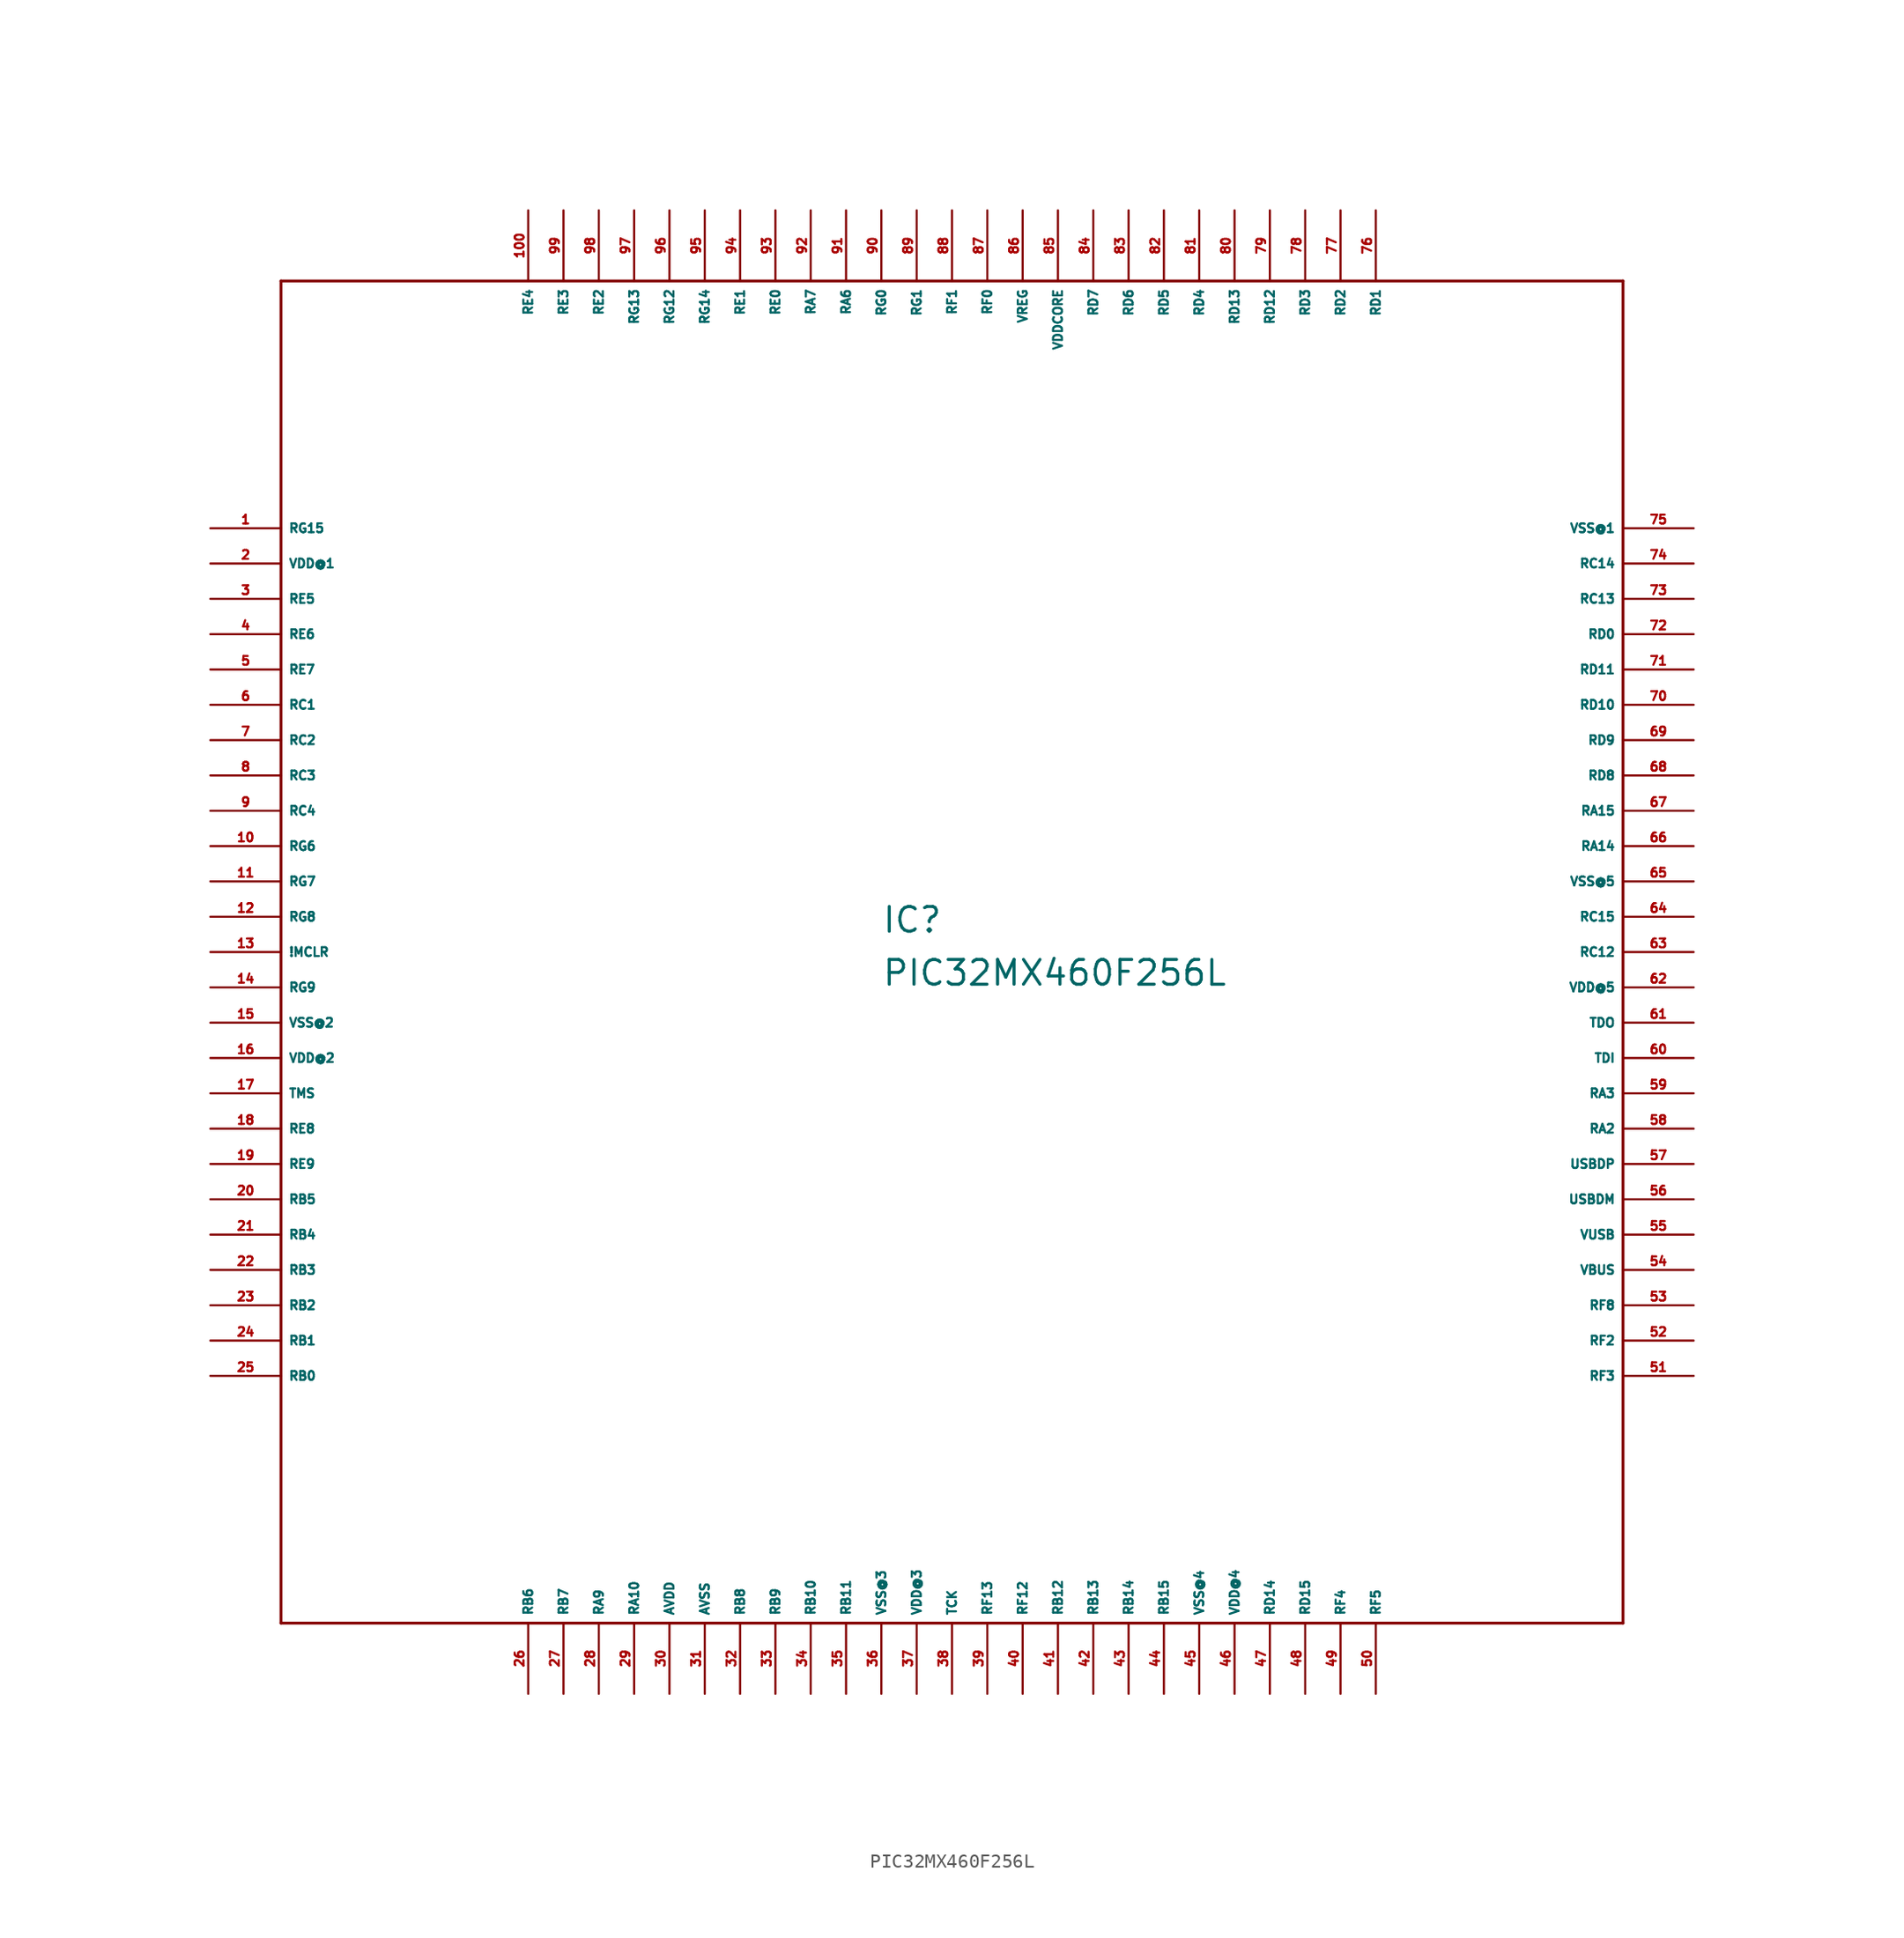
<source format=kicad_sym>
(kicad_symbol_lib
  (version 20220914)
  (generator Eagle2Kicad)
  (symbol "PIC32MX460F256L"
    (property "Reference" "IC"
      (at -5.08 1.27 0)
      (effects (font (size 1.778 1.778) (thickness 0.22)) (justify left bottom)))
    (property "Value" "PIC32MX460F256L"
      (at -5.08 -2.54 0)
      (effects (font (size 1.778 1.778) (thickness 0.22)) (justify left bottom)))
    (polyline
      (pts (xy -48.26 -48.26) (xy 48.26 -48.26))
      (stroke (width 0.203) (type default))
      (fill (type none)))
    (polyline
      (pts (xy 48.26 -48.26) (xy 48.26 48.26))
      (stroke (width 0.203) (type default))
      (fill (type none)))
    (polyline
      (pts (xy 48.26 48.26) (xy -48.26 48.26))
      (stroke (width 0.203) (type default))
      (fill (type none)))
    (polyline
      (pts (xy -48.26 48.26) (xy -48.26 -48.26))
      (stroke (width 0.203) (type default))
      (fill (type none)))
    (pin bidirectional line
      (at -53.34 30.48 0)
      (length 5.08)
      (name "RG15" (effects (font (size 0.635 0.635) (thickness 0.08)) (justify left bottom)))
      (number "1" (effects (font (size 0.635 0.635) (thickness 0.08)) (justify left bottom))))
    (pin unspecified line
      (at -53.34 27.94 0)
      (length 5.08)
      (name "VDD@1" (effects (font (size 0.635 0.635) (thickness 0.08)) (justify left bottom)))
      (number "2" (effects (font (size 0.635 0.635) (thickness 0.08)) (justify left bottom))))
    (pin bidirectional line
      (at -53.34 25.4 0)
      (length 5.08)
      (name "RE5" (effects (font (size 0.635 0.635) (thickness 0.08)) (justify left bottom)))
      (number "3" (effects (font (size 0.635 0.635) (thickness 0.08)) (justify left bottom))))
    (pin bidirectional line
      (at -53.34 22.86 0)
      (length 5.08)
      (name "RE6" (effects (font (size 0.635 0.635) (thickness 0.08)) (justify left bottom)))
      (number "4" (effects (font (size 0.635 0.635) (thickness 0.08)) (justify left bottom))))
    (pin bidirectional line
      (at -53.34 20.32 0)
      (length 5.08)
      (name "RE7" (effects (font (size 0.635 0.635) (thickness 0.08)) (justify left bottom)))
      (number "5" (effects (font (size 0.635 0.635) (thickness 0.08)) (justify left bottom))))
    (pin bidirectional line
      (at -53.34 17.78 0)
      (length 5.08)
      (name "RC1" (effects (font (size 0.635 0.635) (thickness 0.08)) (justify left bottom)))
      (number "6" (effects (font (size 0.635 0.635) (thickness 0.08)) (justify left bottom))))
    (pin bidirectional line
      (at -53.34 15.24 0)
      (length 5.08)
      (name "RC2" (effects (font (size 0.635 0.635) (thickness 0.08)) (justify left bottom)))
      (number "7" (effects (font (size 0.635 0.635) (thickness 0.08)) (justify left bottom))))
    (pin bidirectional line
      (at -53.34 12.7 0)
      (length 5.08)
      (name "RC3" (effects (font (size 0.635 0.635) (thickness 0.08)) (justify left bottom)))
      (number "8" (effects (font (size 0.635 0.635) (thickness 0.08)) (justify left bottom))))
    (pin bidirectional line
      (at -53.34 10.16 0)
      (length 5.08)
      (name "RC4" (effects (font (size 0.635 0.635) (thickness 0.08)) (justify left bottom)))
      (number "9" (effects (font (size 0.635 0.635) (thickness 0.08)) (justify left bottom))))
    (pin bidirectional line
      (at -53.34 7.62 0)
      (length 5.08)
      (name "RG6" (effects (font (size 0.635 0.635) (thickness 0.08)) (justify left bottom)))
      (number "10" (effects (font (size 0.635 0.635) (thickness 0.08)) (justify left bottom))))
    (pin bidirectional line
      (at -53.34 5.08 0)
      (length 5.08)
      (name "RG7" (effects (font (size 0.635 0.635) (thickness 0.08)) (justify left bottom)))
      (number "11" (effects (font (size 0.635 0.635) (thickness 0.08)) (justify left bottom))))
    (pin bidirectional line
      (at -53.34 2.54 0)
      (length 5.08)
      (name "RG8" (effects (font (size 0.635 0.635) (thickness 0.08)) (justify left bottom)))
      (number "12" (effects (font (size 0.635 0.635) (thickness 0.08)) (justify left bottom))))
    (pin input line
      (at -53.34 0 0)
      (length 5.08)
      (name "!MCLR" (effects (font (size 0.635 0.635) (thickness 0.08)) (justify left bottom)))
      (number "13" (effects (font (size 0.635 0.635) (thickness 0.08)) (justify left bottom))))
    (pin bidirectional line
      (at -53.34 -2.54 0)
      (length 5.08)
      (name "RG9" (effects (font (size 0.635 0.635) (thickness 0.08)) (justify left bottom)))
      (number "14" (effects (font (size 0.635 0.635) (thickness 0.08)) (justify left bottom))))
    (pin unspecified line
      (at -53.34 -5.08 0)
      (length 5.08)
      (name "VSS@2" (effects (font (size 0.635 0.635) (thickness 0.08)) (justify left bottom)))
      (number "15" (effects (font (size 0.635 0.635) (thickness 0.08)) (justify left bottom))))
    (pin unspecified line
      (at -53.34 -7.62 0)
      (length 5.08)
      (name "VDD@2" (effects (font (size 0.635 0.635) (thickness 0.08)) (justify left bottom)))
      (number "16" (effects (font (size 0.635 0.635) (thickness 0.08)) (justify left bottom))))
    (pin input line
      (at -53.34 -10.16 0)
      (length 5.08)
      (name "TMS" (effects (font (size 0.635 0.635) (thickness 0.08)) (justify left bottom)))
      (number "17" (effects (font (size 0.635 0.635) (thickness 0.08)) (justify left bottom))))
    (pin bidirectional line
      (at -53.34 -12.7 0)
      (length 5.08)
      (name "RE8" (effects (font (size 0.635 0.635) (thickness 0.08)) (justify left bottom)))
      (number "18" (effects (font (size 0.635 0.635) (thickness 0.08)) (justify left bottom))))
    (pin bidirectional line
      (at -53.34 -15.24 0)
      (length 5.08)
      (name "RE9" (effects (font (size 0.635 0.635) (thickness 0.08)) (justify left bottom)))
      (number "19" (effects (font (size 0.635 0.635) (thickness 0.08)) (justify left bottom))))
    (pin bidirectional line
      (at -53.34 -17.78 0)
      (length 5.08)
      (name "RB5" (effects (font (size 0.635 0.635) (thickness 0.08)) (justify left bottom)))
      (number "20" (effects (font (size 0.635 0.635) (thickness 0.08)) (justify left bottom))))
    (pin bidirectional line
      (at -53.34 -20.32 0)
      (length 5.08)
      (name "RB4" (effects (font (size 0.635 0.635) (thickness 0.08)) (justify left bottom)))
      (number "21" (effects (font (size 0.635 0.635) (thickness 0.08)) (justify left bottom))))
    (pin bidirectional line
      (at -53.34 -22.86 0)
      (length 5.08)
      (name "RB3" (effects (font (size 0.635 0.635) (thickness 0.08)) (justify left bottom)))
      (number "22" (effects (font (size 0.635 0.635) (thickness 0.08)) (justify left bottom))))
    (pin bidirectional line
      (at -53.34 -25.4 0)
      (length 5.08)
      (name "RB2" (effects (font (size 0.635 0.635) (thickness 0.08)) (justify left bottom)))
      (number "23" (effects (font (size 0.635 0.635) (thickness 0.08)) (justify left bottom))))
    (pin bidirectional line
      (at -53.34 -27.94 0)
      (length 5.08)
      (name "RB1" (effects (font (size 0.635 0.635) (thickness 0.08)) (justify left bottom)))
      (number "24" (effects (font (size 0.635 0.635) (thickness 0.08)) (justify left bottom))))
    (pin bidirectional line
      (at -53.34 -30.48 0)
      (length 5.08)
      (name "RB0" (effects (font (size 0.635 0.635) (thickness 0.08)) (justify left bottom)))
      (number "25" (effects (font (size 0.635 0.635) (thickness 0.08)) (justify left bottom))))
    (pin bidirectional line
      (at -30.48 -53.34 90)
      (length 5.08)
      (name "RB6" (effects (font (size 0.635 0.635) (thickness 0.08)) (justify left bottom)))
      (number "26" (effects (font (size 0.635 0.635) (thickness 0.08)) (justify left bottom))))
    (pin bidirectional line
      (at -27.94 -53.34 90)
      (length 5.08)
      (name "RB7" (effects (font (size 0.635 0.635) (thickness 0.08)) (justify left bottom)))
      (number "27" (effects (font (size 0.635 0.635) (thickness 0.08)) (justify left bottom))))
    (pin bidirectional line
      (at -25.4 -53.34 90)
      (length 5.08)
      (name "RA9" (effects (font (size 0.635 0.635) (thickness 0.08)) (justify left bottom)))
      (number "28" (effects (font (size 0.635 0.635) (thickness 0.08)) (justify left bottom))))
    (pin bidirectional line
      (at -22.86 -53.34 90)
      (length 5.08)
      (name "RA10" (effects (font (size 0.635 0.635) (thickness 0.08)) (justify left bottom)))
      (number "29" (effects (font (size 0.635 0.635) (thickness 0.08)) (justify left bottom))))
    (pin unspecified line
      (at -20.32 -53.34 90)
      (length 5.08)
      (name "AVDD" (effects (font (size 0.635 0.635) (thickness 0.08)) (justify left bottom)))
      (number "30" (effects (font (size 0.635 0.635) (thickness 0.08)) (justify left bottom))))
    (pin unspecified line
      (at -17.78 -53.34 90)
      (length 5.08)
      (name "AVSS" (effects (font (size 0.635 0.635) (thickness 0.08)) (justify left bottom)))
      (number "31" (effects (font (size 0.635 0.635) (thickness 0.08)) (justify left bottom))))
    (pin bidirectional line
      (at -15.24 -53.34 90)
      (length 5.08)
      (name "RB8" (effects (font (size 0.635 0.635) (thickness 0.08)) (justify left bottom)))
      (number "32" (effects (font (size 0.635 0.635) (thickness 0.08)) (justify left bottom))))
    (pin bidirectional line
      (at -12.7 -53.34 90)
      (length 5.08)
      (name "RB9" (effects (font (size 0.635 0.635) (thickness 0.08)) (justify left bottom)))
      (number "33" (effects (font (size 0.635 0.635) (thickness 0.08)) (justify left bottom))))
    (pin bidirectional line
      (at -10.16 -53.34 90)
      (length 5.08)
      (name "RB10" (effects (font (size 0.635 0.635) (thickness 0.08)) (justify left bottom)))
      (number "34" (effects (font (size 0.635 0.635) (thickness 0.08)) (justify left bottom))))
    (pin bidirectional line
      (at -7.62 -53.34 90)
      (length 5.08)
      (name "RB11" (effects (font (size 0.635 0.635) (thickness 0.08)) (justify left bottom)))
      (number "35" (effects (font (size 0.635 0.635) (thickness 0.08)) (justify left bottom))))
    (pin unspecified line
      (at -5.08 -53.34 90)
      (length 5.08)
      (name "VSS@3" (effects (font (size 0.635 0.635) (thickness 0.08)) (justify left bottom)))
      (number "36" (effects (font (size 0.635 0.635) (thickness 0.08)) (justify left bottom))))
    (pin unspecified line
      (at -2.54 -53.34 90)
      (length 5.08)
      (name "VDD@3" (effects (font (size 0.635 0.635) (thickness 0.08)) (justify left bottom)))
      (number "37" (effects (font (size 0.635 0.635) (thickness 0.08)) (justify left bottom))))
    (pin input line
      (at 0 -53.34 90)
      (length 5.08)
      (name "TCK" (effects (font (size 0.635 0.635) (thickness 0.08)) (justify left bottom)))
      (number "38" (effects (font (size 0.635 0.635) (thickness 0.08)) (justify left bottom))))
    (pin bidirectional line
      (at 2.54 -53.34 90)
      (length 5.08)
      (name "RF13" (effects (font (size 0.635 0.635) (thickness 0.08)) (justify left bottom)))
      (number "39" (effects (font (size 0.635 0.635) (thickness 0.08)) (justify left bottom))))
    (pin bidirectional line
      (at 5.08 -53.34 90)
      (length 5.08)
      (name "RF12" (effects (font (size 0.635 0.635) (thickness 0.08)) (justify left bottom)))
      (number "40" (effects (font (size 0.635 0.635) (thickness 0.08)) (justify left bottom))))
    (pin bidirectional line
      (at 7.62 -53.34 90)
      (length 5.08)
      (name "RB12" (effects (font (size 0.635 0.635) (thickness 0.08)) (justify left bottom)))
      (number "41" (effects (font (size 0.635 0.635) (thickness 0.08)) (justify left bottom))))
    (pin bidirectional line
      (at 10.16 -53.34 90)
      (length 5.08)
      (name "RB13" (effects (font (size 0.635 0.635) (thickness 0.08)) (justify left bottom)))
      (number "42" (effects (font (size 0.635 0.635) (thickness 0.08)) (justify left bottom))))
    (pin bidirectional line
      (at 12.7 -53.34 90)
      (length 5.08)
      (name "RB14" (effects (font (size 0.635 0.635) (thickness 0.08)) (justify left bottom)))
      (number "43" (effects (font (size 0.635 0.635) (thickness 0.08)) (justify left bottom))))
    (pin bidirectional line
      (at 15.24 -53.34 90)
      (length 5.08)
      (name "RB15" (effects (font (size 0.635 0.635) (thickness 0.08)) (justify left bottom)))
      (number "44" (effects (font (size 0.635 0.635) (thickness 0.08)) (justify left bottom))))
    (pin unspecified line
      (at 17.78 -53.34 90)
      (length 5.08)
      (name "VSS@4" (effects (font (size 0.635 0.635) (thickness 0.08)) (justify left bottom)))
      (number "45" (effects (font (size 0.635 0.635) (thickness 0.08)) (justify left bottom))))
    (pin unspecified line
      (at 20.32 -53.34 90)
      (length 5.08)
      (name "VDD@4" (effects (font (size 0.635 0.635) (thickness 0.08)) (justify left bottom)))
      (number "46" (effects (font (size 0.635 0.635) (thickness 0.08)) (justify left bottom))))
    (pin bidirectional line
      (at 22.86 -53.34 90)
      (length 5.08)
      (name "RD14" (effects (font (size 0.635 0.635) (thickness 0.08)) (justify left bottom)))
      (number "47" (effects (font (size 0.635 0.635) (thickness 0.08)) (justify left bottom))))
    (pin bidirectional line
      (at 25.4 -53.34 90)
      (length 5.08)
      (name "RD15" (effects (font (size 0.635 0.635) (thickness 0.08)) (justify left bottom)))
      (number "48" (effects (font (size 0.635 0.635) (thickness 0.08)) (justify left bottom))))
    (pin bidirectional line
      (at 27.94 -53.34 90)
      (length 5.08)
      (name "RF4" (effects (font (size 0.635 0.635) (thickness 0.08)) (justify left bottom)))
      (number "49" (effects (font (size 0.635 0.635) (thickness 0.08)) (justify left bottom))))
    (pin bidirectional line
      (at 30.48 -53.34 90)
      (length 5.08)
      (name "RF5" (effects (font (size 0.635 0.635) (thickness 0.08)) (justify left bottom)))
      (number "50" (effects (font (size 0.635 0.635) (thickness 0.08)) (justify left bottom))))
    (pin bidirectional line
      (at 53.34 -30.48 180)
      (length 5.08)
      (name "RF3" (effects (font (size 0.635 0.635) (thickness 0.08)) (justify left bottom)))
      (number "51" (effects (font (size 0.635 0.635) (thickness 0.08)) (justify left bottom))))
    (pin bidirectional line
      (at 53.34 -27.94 180)
      (length 5.08)
      (name "RF2" (effects (font (size 0.635 0.635) (thickness 0.08)) (justify left bottom)))
      (number "52" (effects (font (size 0.635 0.635) (thickness 0.08)) (justify left bottom))))
    (pin bidirectional line
      (at 53.34 -25.4 180)
      (length 5.08)
      (name "RF8" (effects (font (size 0.635 0.635) (thickness 0.08)) (justify left bottom)))
      (number "53" (effects (font (size 0.635 0.635) (thickness 0.08)) (justify left bottom))))
    (pin bidirectional line
      (at 53.34 -22.86 180)
      (length 5.08)
      (name "VBUS" (effects (font (size 0.635 0.635) (thickness 0.08)) (justify left bottom)))
      (number "54" (effects (font (size 0.635 0.635) (thickness 0.08)) (justify left bottom))))
    (pin passive line
      (at 53.34 -20.32 180)
      (length 5.08)
      (name "VUSB" (effects (font (size 0.635 0.635) (thickness 0.08)) (justify left bottom)))
      (number "55" (effects (font (size 0.635 0.635) (thickness 0.08)) (justify left bottom))))
    (pin bidirectional line
      (at 53.34 -17.78 180)
      (length 5.08)
      (name "USBDM" (effects (font (size 0.635 0.635) (thickness 0.08)) (justify left bottom)))
      (number "56" (effects (font (size 0.635 0.635) (thickness 0.08)) (justify left bottom))))
    (pin bidirectional line
      (at 53.34 -15.24 180)
      (length 5.08)
      (name "USBDP" (effects (font (size 0.635 0.635) (thickness 0.08)) (justify left bottom)))
      (number "57" (effects (font (size 0.635 0.635) (thickness 0.08)) (justify left bottom))))
    (pin bidirectional line
      (at 53.34 -12.7 180)
      (length 5.08)
      (name "RA2" (effects (font (size 0.635 0.635) (thickness 0.08)) (justify left bottom)))
      (number "58" (effects (font (size 0.635 0.635) (thickness 0.08)) (justify left bottom))))
    (pin bidirectional line
      (at 53.34 -10.16 180)
      (length 5.08)
      (name "RA3" (effects (font (size 0.635 0.635) (thickness 0.08)) (justify left bottom)))
      (number "59" (effects (font (size 0.635 0.635) (thickness 0.08)) (justify left bottom))))
    (pin input line
      (at 53.34 -7.62 180)
      (length 5.08)
      (name "TDI" (effects (font (size 0.635 0.635) (thickness 0.08)) (justify left bottom)))
      (number "60" (effects (font (size 0.635 0.635) (thickness 0.08)) (justify left bottom))))
    (pin output line
      (at 53.34 -5.08 180)
      (length 5.08)
      (name "TDO" (effects (font (size 0.635 0.635) (thickness 0.08)) (justify left bottom)))
      (number "61" (effects (font (size 0.635 0.635) (thickness 0.08)) (justify left bottom))))
    (pin unspecified line
      (at 53.34 -2.54 180)
      (length 5.08)
      (name "VDD@5" (effects (font (size 0.635 0.635) (thickness 0.08)) (justify left bottom)))
      (number "62" (effects (font (size 0.635 0.635) (thickness 0.08)) (justify left bottom))))
    (pin bidirectional line
      (at 53.34 0 180)
      (length 5.08)
      (name "RC12" (effects (font (size 0.635 0.635) (thickness 0.08)) (justify left bottom)))
      (number "63" (effects (font (size 0.635 0.635) (thickness 0.08)) (justify left bottom))))
    (pin bidirectional line
      (at 53.34 2.54 180)
      (length 5.08)
      (name "RC15" (effects (font (size 0.635 0.635) (thickness 0.08)) (justify left bottom)))
      (number "64" (effects (font (size 0.635 0.635) (thickness 0.08)) (justify left bottom))))
    (pin unspecified line
      (at 53.34 5.08 180)
      (length 5.08)
      (name "VSS@5" (effects (font (size 0.635 0.635) (thickness 0.08)) (justify left bottom)))
      (number "65" (effects (font (size 0.635 0.635) (thickness 0.08)) (justify left bottom))))
    (pin bidirectional line
      (at 53.34 7.62 180)
      (length 5.08)
      (name "RA14" (effects (font (size 0.635 0.635) (thickness 0.08)) (justify left bottom)))
      (number "66" (effects (font (size 0.635 0.635) (thickness 0.08)) (justify left bottom))))
    (pin bidirectional line
      (at 53.34 10.16 180)
      (length 5.08)
      (name "RA15" (effects (font (size 0.635 0.635) (thickness 0.08)) (justify left bottom)))
      (number "67" (effects (font (size 0.635 0.635) (thickness 0.08)) (justify left bottom))))
    (pin bidirectional line
      (at 53.34 12.7 180)
      (length 5.08)
      (name "RD8" (effects (font (size 0.635 0.635) (thickness 0.08)) (justify left bottom)))
      (number "68" (effects (font (size 0.635 0.635) (thickness 0.08)) (justify left bottom))))
    (pin bidirectional line
      (at 53.34 15.24 180)
      (length 5.08)
      (name "RD9" (effects (font (size 0.635 0.635) (thickness 0.08)) (justify left bottom)))
      (number "69" (effects (font (size 0.635 0.635) (thickness 0.08)) (justify left bottom))))
    (pin bidirectional line
      (at 53.34 17.78 180)
      (length 5.08)
      (name "RD10" (effects (font (size 0.635 0.635) (thickness 0.08)) (justify left bottom)))
      (number "70" (effects (font (size 0.635 0.635) (thickness 0.08)) (justify left bottom))))
    (pin bidirectional line
      (at 53.34 20.32 180)
      (length 5.08)
      (name "RD11" (effects (font (size 0.635 0.635) (thickness 0.08)) (justify left bottom)))
      (number "71" (effects (font (size 0.635 0.635) (thickness 0.08)) (justify left bottom))))
    (pin bidirectional line
      (at 53.34 22.86 180)
      (length 5.08)
      (name "RD0" (effects (font (size 0.635 0.635) (thickness 0.08)) (justify left bottom)))
      (number "72" (effects (font (size 0.635 0.635) (thickness 0.08)) (justify left bottom))))
    (pin bidirectional line
      (at 53.34 25.4 180)
      (length 5.08)
      (name "RC13" (effects (font (size 0.635 0.635) (thickness 0.08)) (justify left bottom)))
      (number "73" (effects (font (size 0.635 0.635) (thickness 0.08)) (justify left bottom))))
    (pin bidirectional line
      (at 53.34 27.94 180)
      (length 5.08)
      (name "RC14" (effects (font (size 0.635 0.635) (thickness 0.08)) (justify left bottom)))
      (number "74" (effects (font (size 0.635 0.635) (thickness 0.08)) (justify left bottom))))
    (pin unspecified line
      (at 53.34 30.48 180)
      (length 5.08)
      (name "VSS@1" (effects (font (size 0.635 0.635) (thickness 0.08)) (justify left bottom)))
      (number "75" (effects (font (size 0.635 0.635) (thickness 0.08)) (justify left bottom))))
    (pin bidirectional line
      (at 30.48 53.34 270)
      (length 5.08)
      (name "RD1" (effects (font (size 0.635 0.635) (thickness 0.08)) (justify left bottom)))
      (number "76" (effects (font (size 0.635 0.635) (thickness 0.08)) (justify left bottom))))
    (pin bidirectional line
      (at 27.94 53.34 270)
      (length 5.08)
      (name "RD2" (effects (font (size 0.635 0.635) (thickness 0.08)) (justify left bottom)))
      (number "77" (effects (font (size 0.635 0.635) (thickness 0.08)) (justify left bottom))))
    (pin bidirectional line
      (at 25.4 53.34 270)
      (length 5.08)
      (name "RD3" (effects (font (size 0.635 0.635) (thickness 0.08)) (justify left bottom)))
      (number "78" (effects (font (size 0.635 0.635) (thickness 0.08)) (justify left bottom))))
    (pin bidirectional line
      (at 22.86 53.34 270)
      (length 5.08)
      (name "RD12" (effects (font (size 0.635 0.635) (thickness 0.08)) (justify left bottom)))
      (number "79" (effects (font (size 0.635 0.635) (thickness 0.08)) (justify left bottom))))
    (pin bidirectional line
      (at 20.32 53.34 270)
      (length 5.08)
      (name "RD13" (effects (font (size 0.635 0.635) (thickness 0.08)) (justify left bottom)))
      (number "80" (effects (font (size 0.635 0.635) (thickness 0.08)) (justify left bottom))))
    (pin bidirectional line
      (at 17.78 53.34 270)
      (length 5.08)
      (name "RD4" (effects (font (size 0.635 0.635) (thickness 0.08)) (justify left bottom)))
      (number "81" (effects (font (size 0.635 0.635) (thickness 0.08)) (justify left bottom))))
    (pin bidirectional line
      (at 15.24 53.34 270)
      (length 5.08)
      (name "RD5" (effects (font (size 0.635 0.635) (thickness 0.08)) (justify left bottom)))
      (number "82" (effects (font (size 0.635 0.635) (thickness 0.08)) (justify left bottom))))
    (pin bidirectional line
      (at 12.7 53.34 270)
      (length 5.08)
      (name "RD6" (effects (font (size 0.635 0.635) (thickness 0.08)) (justify left bottom)))
      (number "83" (effects (font (size 0.635 0.635) (thickness 0.08)) (justify left bottom))))
    (pin bidirectional line
      (at 10.16 53.34 270)
      (length 5.08)
      (name "RD7" (effects (font (size 0.635 0.635) (thickness 0.08)) (justify left bottom)))
      (number "84" (effects (font (size 0.635 0.635) (thickness 0.08)) (justify left bottom))))
    (pin unspecified line
      (at 7.62 53.34 270)
      (length 5.08)
      (name "VDDCORE" (effects (font (size 0.635 0.635) (thickness 0.08)) (justify left bottom)))
      (number "85" (effects (font (size 0.635 0.635) (thickness 0.08)) (justify left bottom))))
    (pin passive line
      (at 5.08 53.34 270)
      (length 5.08)
      (name "VREG" (effects (font (size 0.635 0.635) (thickness 0.08)) (justify left bottom)))
      (number "86" (effects (font (size 0.635 0.635) (thickness 0.08)) (justify left bottom))))
    (pin bidirectional line
      (at 2.54 53.34 270)
      (length 5.08)
      (name "RF0" (effects (font (size 0.635 0.635) (thickness 0.08)) (justify left bottom)))
      (number "87" (effects (font (size 0.635 0.635) (thickness 0.08)) (justify left bottom))))
    (pin bidirectional line
      (at 0 53.34 270)
      (length 5.08)
      (name "RF1" (effects (font (size 0.635 0.635) (thickness 0.08)) (justify left bottom)))
      (number "88" (effects (font (size 0.635 0.635) (thickness 0.08)) (justify left bottom))))
    (pin bidirectional line
      (at -2.54 53.34 270)
      (length 5.08)
      (name "RG1" (effects (font (size 0.635 0.635) (thickness 0.08)) (justify left bottom)))
      (number "89" (effects (font (size 0.635 0.635) (thickness 0.08)) (justify left bottom))))
    (pin bidirectional line
      (at -5.08 53.34 270)
      (length 5.08)
      (name "RG0" (effects (font (size 0.635 0.635) (thickness 0.08)) (justify left bottom)))
      (number "90" (effects (font (size 0.635 0.635) (thickness 0.08)) (justify left bottom))))
    (pin bidirectional line
      (at -7.62 53.34 270)
      (length 5.08)
      (name "RA6" (effects (font (size 0.635 0.635) (thickness 0.08)) (justify left bottom)))
      (number "91" (effects (font (size 0.635 0.635) (thickness 0.08)) (justify left bottom))))
    (pin bidirectional line
      (at -10.16 53.34 270)
      (length 5.08)
      (name "RA7" (effects (font (size 0.635 0.635) (thickness 0.08)) (justify left bottom)))
      (number "92" (effects (font (size 0.635 0.635) (thickness 0.08)) (justify left bottom))))
    (pin bidirectional line
      (at -12.7 53.34 270)
      (length 5.08)
      (name "RE0" (effects (font (size 0.635 0.635) (thickness 0.08)) (justify left bottom)))
      (number "93" (effects (font (size 0.635 0.635) (thickness 0.08)) (justify left bottom))))
    (pin bidirectional line
      (at -15.24 53.34 270)
      (length 5.08)
      (name "RE1" (effects (font (size 0.635 0.635) (thickness 0.08)) (justify left bottom)))
      (number "94" (effects (font (size 0.635 0.635) (thickness 0.08)) (justify left bottom))))
    (pin bidirectional line
      (at -17.78 53.34 270)
      (length 5.08)
      (name "RG14" (effects (font (size 0.635 0.635) (thickness 0.08)) (justify left bottom)))
      (number "95" (effects (font (size 0.635 0.635) (thickness 0.08)) (justify left bottom))))
    (pin bidirectional line
      (at -20.32 53.34 270)
      (length 5.08)
      (name "RG12" (effects (font (size 0.635 0.635) (thickness 0.08)) (justify left bottom)))
      (number "96" (effects (font (size 0.635 0.635) (thickness 0.08)) (justify left bottom))))
    (pin bidirectional line
      (at -22.86 53.34 270)
      (length 5.08)
      (name "RG13" (effects (font (size 0.635 0.635) (thickness 0.08)) (justify left bottom)))
      (number "97" (effects (font (size 0.635 0.635) (thickness 0.08)) (justify left bottom))))
    (pin bidirectional line
      (at -25.4 53.34 270)
      (length 5.08)
      (name "RE2" (effects (font (size 0.635 0.635) (thickness 0.08)) (justify left bottom)))
      (number "98" (effects (font (size 0.635 0.635) (thickness 0.08)) (justify left bottom))))
    (pin bidirectional line
      (at -27.94 53.34 270)
      (length 5.08)
      (name "RE3" (effects (font (size 0.635 0.635) (thickness 0.08)) (justify left bottom)))
      (number "99" (effects (font (size 0.635 0.635) (thickness 0.08)) (justify left bottom))))
    (pin bidirectional line
      (at -30.48 53.34 270)
      (length 5.08)
      (name "RE4" (effects (font (size 0.635 0.635) (thickness 0.08)) (justify left bottom)))
      (number "100" (effects (font (size 0.635 0.635) (thickness 0.08)) (justify left bottom))))))
</source>
